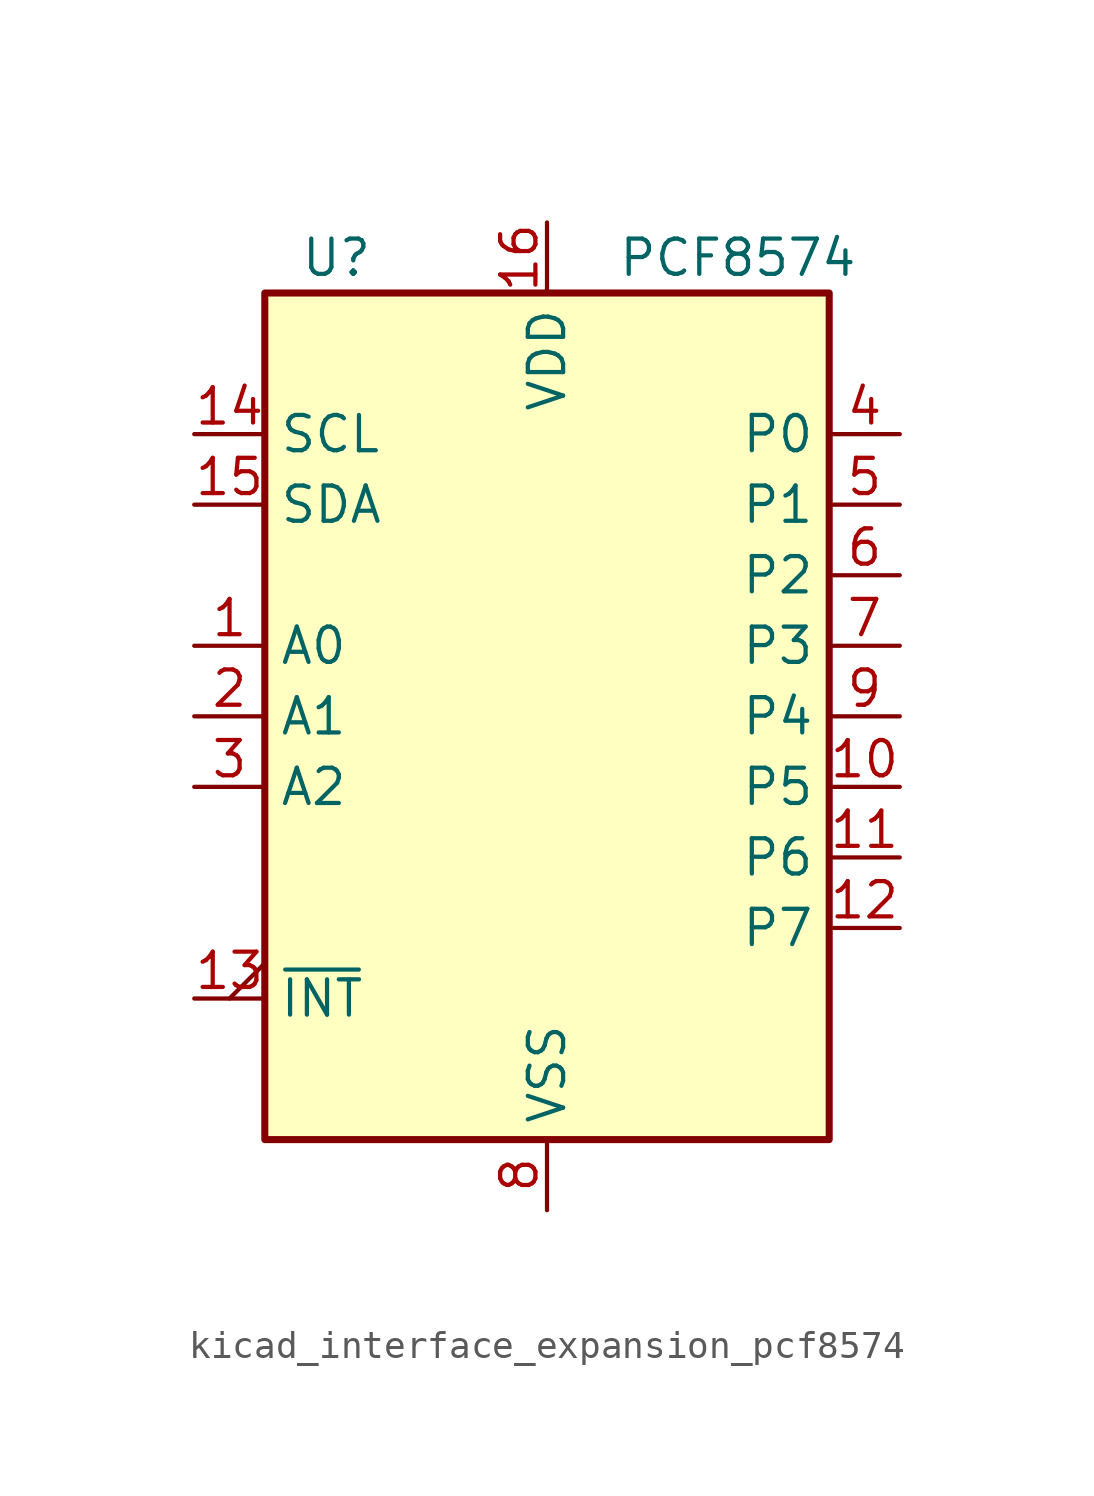
<source format=kicad_sym>
(kicad_symbol_lib
  (version 20220914)
  (generator kicad_symbol_editor)
  (symbol "kicad_interface_expansion_pcf8574"
    (property "Reference" "U"
      (at -8.89 16.51 0)
      (effects (font (size 1.27 1.27)) (justify left)))
    (property "Value" "PCF8574"
      (at 2.54 16.51 0)
      (effects (font (size 1.27 1.27)) (justify left)))
    (symbol "kicad_interface_expansion_pcf8574_0_1"
      (rectangle (start -10.16 15.24) (end 10.16 -15.24) (stroke (width 0.254) (type default)) (fill (type background))))
    (symbol "kicad_interface_expansion_pcf8574_1_1"
      (pin input line (at -12.7 2.54 0) (length 2.54) (name "A0" (effects (font (size 1.27 1.27)))) (number "1" (effects (font (size 1.27 1.27)))))
      (pin bidirectional line (at 12.7 -2.54 180) (length 2.54) (name "P5" (effects (font (size 1.27 1.27)))) (number "10" (effects (font (size 1.27 1.27)))))
      (pin bidirectional line (at 12.7 -5.08 180) (length 2.54) (name "P6" (effects (font (size 1.27 1.27)))) (number "11" (effects (font (size 1.27 1.27)))))
      (pin bidirectional line (at 12.7 -7.62 180) (length 2.54) (name "P7" (effects (font (size 1.27 1.27)))) (number "12" (effects (font (size 1.27 1.27)))))
      (pin open_collector output_low (at -12.7 -10.16 0) (length 2.54) (name "~{INT}" (effects (font (size 1.27 1.27)))) (number "13" (effects (font (size 1.27 1.27)))))
      (pin input line (at -12.7 10.16 0) (length 2.54) (name "SCL" (effects (font (size 1.27 1.27)))) (number "14" (effects (font (size 1.27 1.27)))))
      (pin bidirectional line (at -12.7 7.62 0) (length 2.54) (name "SDA" (effects (font (size 1.27 1.27)))) (number "15" (effects (font (size 1.27 1.27)))))
      (pin power_in line (at 0 17.78 270) (length 2.54) (name "VDD" (effects (font (size 1.27 1.27)))) (number "16" (effects (font (size 1.27 1.27)))))
      (pin input line (at -12.7 0 0) (length 2.54) (name "A1" (effects (font (size 1.27 1.27)))) (number "2" (effects (font (size 1.27 1.27)))))
      (pin input line (at -12.7 -2.54 0) (length 2.54) (name "A2" (effects (font (size 1.27 1.27)))) (number "3" (effects (font (size 1.27 1.27)))))
      (pin bidirectional line (at 12.7 10.16 180) (length 2.54) (name "P0" (effects (font (size 1.27 1.27)))) (number "4" (effects (font (size 1.27 1.27)))))
      (pin bidirectional line (at 12.7 7.62 180) (length 2.54) (name "P1" (effects (font (size 1.27 1.27)))) (number "5" (effects (font (size 1.27 1.27)))))
      (pin bidirectional line (at 12.7 5.08 180) (length 2.54) (name "P2" (effects (font (size 1.27 1.27)))) (number "6" (effects (font (size 1.27 1.27)))))
      (pin bidirectional line (at 12.7 2.54 180) (length 2.54) (name "P3" (effects (font (size 1.27 1.27)))) (number "7" (effects (font (size 1.27 1.27)))))
      (pin power_in line (at 0 -17.78 90) (length 2.54) (name "VSS" (effects (font (size 1.27 1.27)))) (number "8" (effects (font (size 1.27 1.27)))))
      (pin bidirectional line (at 12.7 0 180) (length 2.54) (name "P4" (effects (font (size 1.27 1.27)))) (number "9" (effects (font (size 1.27 1.27))))))))
</source>
